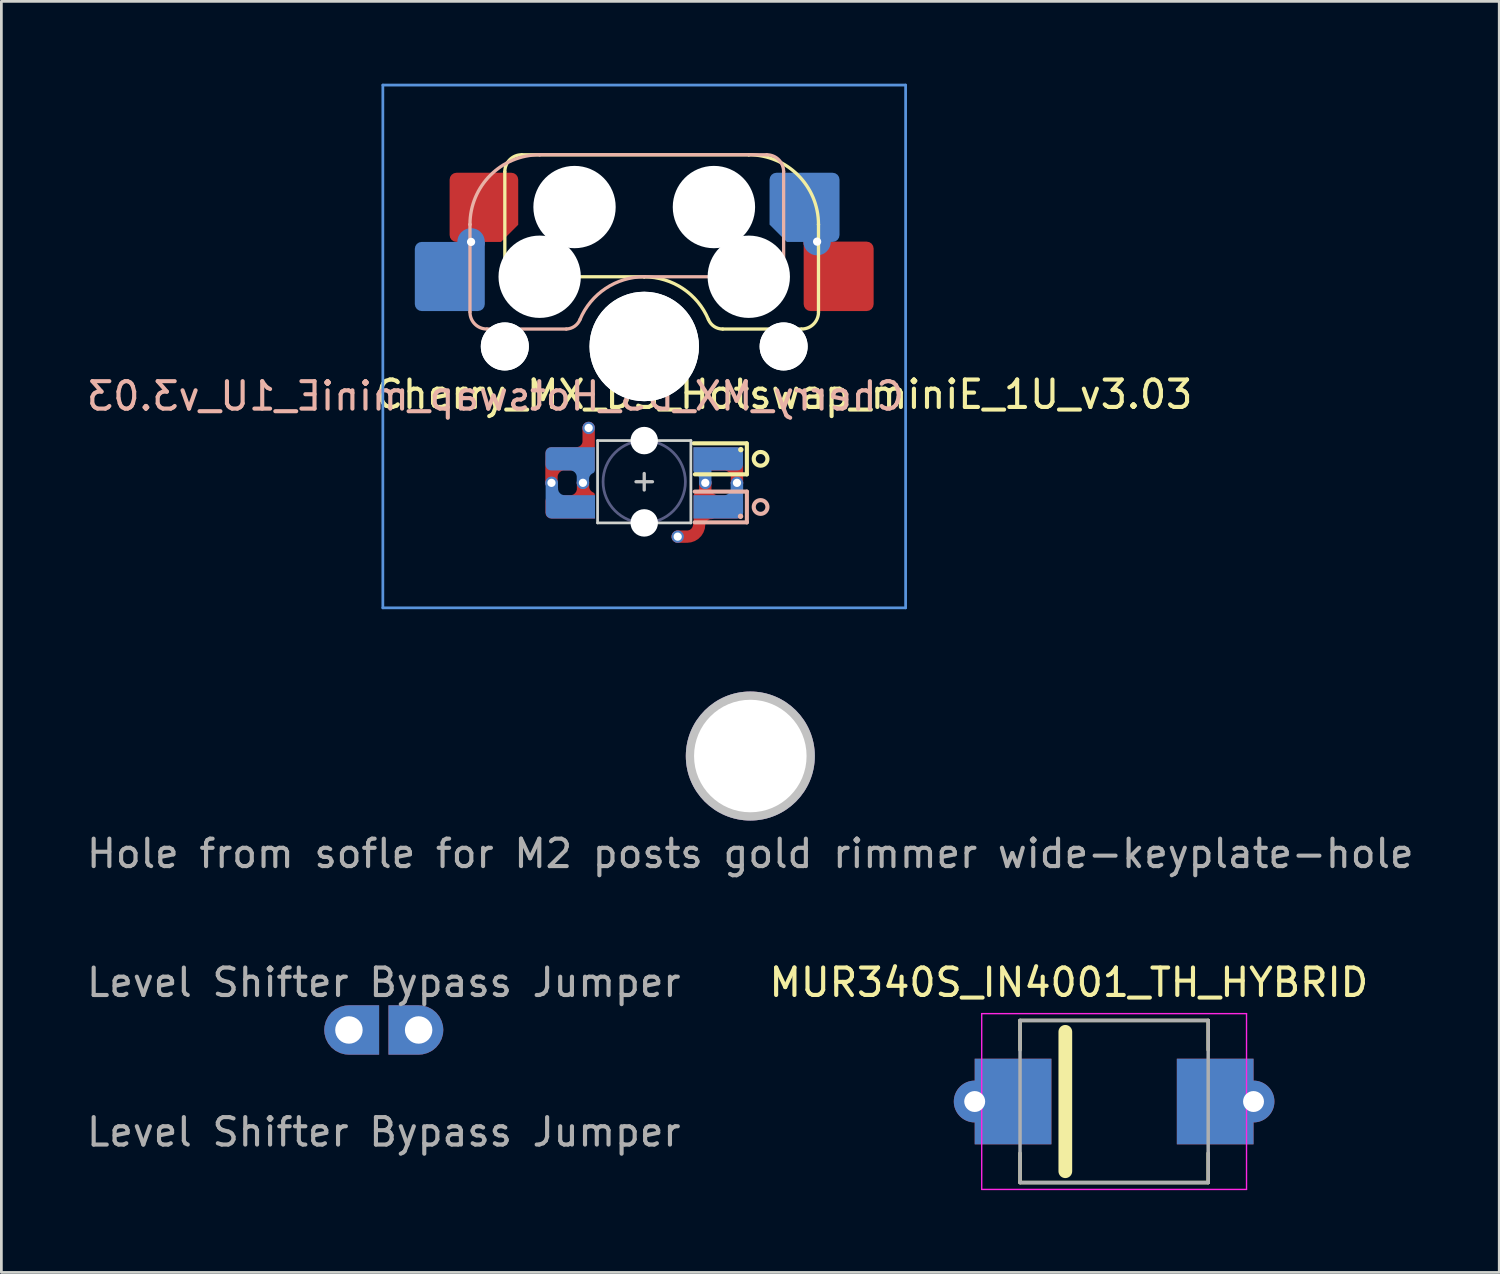
<source format=kicad_pcb>
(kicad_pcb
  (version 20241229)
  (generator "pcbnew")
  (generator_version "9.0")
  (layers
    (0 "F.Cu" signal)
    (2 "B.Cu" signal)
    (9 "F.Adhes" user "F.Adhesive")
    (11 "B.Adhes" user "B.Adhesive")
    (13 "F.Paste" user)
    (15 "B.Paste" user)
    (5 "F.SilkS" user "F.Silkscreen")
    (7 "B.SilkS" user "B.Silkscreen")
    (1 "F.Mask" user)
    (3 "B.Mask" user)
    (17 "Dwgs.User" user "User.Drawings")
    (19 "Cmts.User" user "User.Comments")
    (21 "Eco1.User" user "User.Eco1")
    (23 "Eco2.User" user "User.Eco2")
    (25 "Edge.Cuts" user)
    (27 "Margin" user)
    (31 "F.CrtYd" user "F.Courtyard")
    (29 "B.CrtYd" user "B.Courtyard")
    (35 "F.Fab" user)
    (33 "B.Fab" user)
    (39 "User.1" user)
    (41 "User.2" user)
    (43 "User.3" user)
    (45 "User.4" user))
  (footprint "MUR340S_IN4001_TH_HYBRID"
    (layer "F.Cu")
    (at 37.549 37.09)
    (property "Reference" "MUR340S_IN4001_TH_HYBRID" (at -1.65 -4.338 0) (layer "F.SilkS") (effects (font (size 1 1) (thickness 0.15))))
    (attr smd)
    (fp_line (start -3.428 -2.953) (end -3.428 -1.88) (stroke (width 0.127) (type solid)) (layer "F.SilkS"))
    (fp_line (start -3.428 2.953) (end -3.428 1.88) (stroke (width 0.127) (type solid)) (layer "F.SilkS"))
    (fp_line (start -3.428 2.953) (end 3.428 2.953) (stroke (width 0.127) (type solid)) (layer "F.SilkS"))
    (fp_line (start -1.778 -2.54) (end -1.778 2.54) (stroke (width 0.5) (type solid)) (layer "F.SilkS"))
    (fp_line (start 3.428 -2.953) (end -3.428 -2.953) (stroke (width 0.127) (type solid)) (layer "F.SilkS"))
    (fp_line (start 3.428 -1.88) (end 3.428 -2.953) (stroke (width 0.127) (type solid)) (layer "F.SilkS"))
    (fp_line (start 3.428 2.953) (end 3.428 1.88) (stroke (width 0.127) (type solid)) (layer "F.SilkS"))
    (fp_line (start -4.825 -3.203) (end -4.825 3.203) (stroke (width 0.05) (type solid)) (layer "F.CrtYd"))
    (fp_line (start -4.825 3.203) (end 4.825 3.203) (stroke (width 0.05) (type solid)) (layer "F.CrtYd"))
    (fp_line (start 4.825 -3.203) (end -4.825 -3.203) (stroke (width 0.05) (type solid)) (layer "F.CrtYd"))
    (fp_line (start 4.825 3.203) (end 4.825 -3.203) (stroke (width 0.05) (type solid)) (layer "F.CrtYd"))
    (fp_line (start -3.428 -2.953) (end -3.428 2.953) (stroke (width 0.127) (type solid)) (layer "F.Fab"))
    (fp_line (start -3.428 2.953) (end 3.428 2.953) (stroke (width 0.127) (type solid)) (layer "F.Fab"))
    (fp_line (start 3.428 -2.953) (end -3.428 -2.953) (stroke (width 0.127) (type solid)) (layer "F.Fab"))
    (fp_line (start 3.428 2.953) (end 3.428 -2.953) (stroke (width 0.127) (type solid)) (layer "F.Fab"))
    (fp_circle (center -5.25 0) (end -5.15 0) (stroke (width 0.2) (type solid)) (fill no) (layer "F.Fab"))
    (pad "A" smd rect (at 3.683 0) (size 2.795 3.12) (layers "F.Cu" "F.Mask" "F.Paste"))
    (pad "A" smd rect (at 3.683 0) (size 2.795 3.12) (layers "B.Cu" "B.Mask" "B.Paste"))
    (pad "A" thru_hole circle (at 5.08 0) (size 1.524 1.524) (drill 0.762) (layers "*.Cu" "*.Mask"))
    (pad "C" thru_hole circle (at -5.08 0) (size 1.524 1.524) (drill 0.762) (layers "*.Cu" "*.Mask"))
    (pad "C" smd rect (at -3.683 0) (size 2.795 3.12) (layers "F.Cu" "F.Mask" "F.Paste"))
    (pad "C" smd rect (at -3.683 0) (size 2.795 3.12) (layers "B.Cu" "B.Mask" "B.Paste")))
  (footprint "Hole from sofle for M2 posts gold rimmer wide-keyplate-hole"
    (layer "F.Cu")
    (at 24.292 24.5)
    (property "Reference" "Hole from sofle for M2 posts gold rimmer wide-keyplate-hole" (at 0 3.556 0) (unlocked yes) (layer "F.Fab") (effects (font (size 1 1) (thickness 0.15))))
    (attr through_hole exclude_from_pos_files exclude_from_bom)
    (fp_circle (center 0 0) (end 2.05 0) (stroke (width 0.1) (type default)) (fill no) (layer "User.4"))
    (fp_circle (center 0 0) (end 1.1 0) (stroke (width 0.1) (type default)) (fill no) (layer "User.7"))
    (fp_circle (center 0 0) (end 1.1 0) (stroke (width 0.1) (type default)) (fill no) (layer "User.9"))
    (pad "" thru_hole circle (at 0 0 90) (size 4.7 4.7) (drill 4.1) (layers "*.Cu" "*.Mask" "Dwgs.User")))
  (footprint "Level Shifter Bypass Jumper"
    (layer "F.Cu")
    (at 10.935 34.483)
    (property "Reference" "Level Shifter Bypass Jumper" (at 0 -1.73 0) (layer "F.Fab") (effects (font (size 1 1) (thickness 0.15))))
    (attr through_hole exclude_from_pos_files exclude_from_bom)
    (fp_text user "${REFERENCE}" (at 0 3.72 0) (unlocked yes) (layer "F.Fab") (effects (font (size 1 1) (thickness 0.15))))
    (pad "1" thru_hole roundrect (at -1.27 0) (size 2 1.8) (drill 1 (offset 0.1 0)) (layers "*.Cu" "*.Mask") (roundrect_rratio 0.5) (chamfer_ratio 0) (chamfer top_right bottom_right))
    (pad "2" thru_hole roundrect (at 1.27 0) (size 2 1.8) (drill 1 (offset -0.1 0)) (layers "*.Cu" "*.Mask") (roundrect_rratio 0.5) (chamfer_ratio 0) (chamfer top_left bottom_left)))
  (footprint "Cherry_MX_DS_Hotswap_miniE_1U_v3.03"
    (layer "F.Cu")
    (at 20.426 9.575)
    (property "Reference" "Cherry_MX_DS_Hotswap_miniE_1U_v3.03" (at -5.42 1.81 0) (layer "B.SilkS") (effects (font (size 1 1) (thickness 0.15)) (justify mirror)))
    (attr through_hole)
    (fp_line (start -5.08 -6.36) (end -5.08 -2.54) (stroke (width 0.12) (type solid)) (layer "F.SilkS"))
    (fp_line (start -5.08 -2.54) (end -5.08 -2.54) (stroke (width 0.12) (type solid)) (layer "F.SilkS"))
    (fp_line (start -5.08 -2.54) (end -5.08 -2.54) (stroke (width 0.12) (type solid)) (layer "F.SilkS"))
    (fp_line (start -4.46 -6.985) (end 3.81 -6.985) (stroke (width 0.12) (type solid)) (layer "F.SilkS"))
    (fp_line (start 0 -2.54) (end -5.08 -2.54) (stroke (width 0.12) (type solid)) (layer "F.SilkS"))
    (fp_line (start 0 -2.54) (end 0 -2.54) (stroke (width 0.12) (type solid)) (layer "F.SilkS"))
    (fp_line (start 1.8 3.53) (end 3.724 3.53) (stroke (width 0.15) (type solid)) (layer "F.SilkS"))
    (fp_line (start 2.86 -0.635) (end 5.72 -0.635) (stroke (width 0.12) (type solid)) (layer "F.SilkS"))
    (fp_line (start 3.74 3.53) (end 3.74 4.66) (stroke (width 0.15) (type solid)) (layer "F.SilkS"))
    (fp_line (start 3.74 4.66) (end 1.846 4.66) (stroke (width 0.15) (type solid)) (layer "F.SilkS"))
    (fp_line (start 3.81 -6.985) (end 3.81 -6.985) (stroke (width 0.12) (type solid)) (layer "F.SilkS"))
    (fp_line (start 6.35 -4.445) (end 6.35 -4.445) (stroke (width 0.12) (type solid)) (layer "F.SilkS"))
    (fp_line (start 6.35 -1.25) (end 6.35 -4.445) (stroke (width 0.12) (type solid)) (layer "F.SilkS"))
    (fp_arc (start -5.08 -6.37) (mid -4.899871 -6.804871) (end -4.465 -6.985) (stroke (width 0.12) (type default)) (layer "F.SilkS"))
    (fp_arc (start 0 -2.536928) (mid 1.405313 -2.11213) (end 2.34 -0.98) (stroke (width 0.12) (type solid)) (layer "F.SilkS"))
    (fp_arc (start 2.859999 -0.633863) (mid 2.547381 -0.727883) (end 2.34 -0.98) (stroke (width 0.12) (type default)) (layer "F.SilkS"))
    (fp_arc (start 3.81 -6.985) (mid 5.606051 -6.241051) (end 6.35 -4.445) (stroke (width 0.12) (type solid)) (layer "F.SilkS"))
    (fp_arc (start 6.350129 -1.25) (mid 6.169985 -0.815144) (end 5.735129 -0.635) (stroke (width 0.12) (type default)) (layer "F.SilkS"))
    (fp_circle (center 3.52 3.76) (end 3.62 3.76) (stroke (width 0) (type solid)) (fill yes) (layer "F.SilkS"))
    (fp_circle (center 4.24 4.095) (end 4.49 4.095) (stroke (width 0.15) (type default)) (fill no) (layer "F.SilkS"))
    (fp_line (start -6.35 -4.445) (end -6.35 -4.445) (stroke (width 0.12) (type solid)) (layer "B.SilkS"))
    (fp_line (start -6.35 -4.445) (end -6.35 -1.26) (stroke (width 0.12) (type solid)) (layer "B.SilkS"))
    (fp_line (start -5.73 -0.635) (end -2.84 -0.635) (stroke (width 0.12) (type solid)) (layer "B.SilkS"))
    (fp_line (start -3.81 -6.985) (end -3.81 -6.985) (stroke (width 0.12) (type solid)) (layer "B.SilkS"))
    (fp_line (start -3.81 -6.985) (end 4.46 -6.985) (stroke (width 0.12) (type solid)) (layer "B.SilkS"))
    (fp_line (start 0 -2.54) (end 0 -2.54) (stroke (width 0.12) (type solid)) (layer "B.SilkS"))
    (fp_line (start 0 -2.54) (end 5.08 -2.54) (stroke (width 0.12) (type solid)) (layer "B.SilkS"))
    (fp_line (start 3.74 5.29) (end 1.84 5.29) (stroke (width 0.15) (type solid)) (layer "B.SilkS"))
    (fp_line (start 3.74 5.29) (end 3.74 6.41) (stroke (width 0.15) (type solid)) (layer "B.SilkS"))
    (fp_line (start 3.74 6.41) (end 1.84 6.41) (stroke (width 0.15) (type solid)) (layer "B.SilkS"))
    (fp_line (start 5.08 -6.37) (end 5.08 -2.54) (stroke (width 0.12) (type solid)) (layer "B.SilkS"))
    (fp_line (start 5.08 -2.54) (end 5.08 -2.54) (stroke (width 0.12) (type solid)) (layer "B.SilkS"))
    (fp_line (start 5.08 -2.54) (end 5.08 -2.54) (stroke (width 0.12) (type solid)) (layer "B.SilkS"))
    (fp_arc (start -6.35 -4.445) (mid -5.606051 -6.241051) (end -3.81 -6.985) (stroke (width 0.12) (type solid)) (layer "B.SilkS"))
    (fp_arc (start -5.735 -0.635) (mid -6.169871 -0.815129) (end -6.35 -1.25) (stroke (width 0.12) (type default)) (layer "B.SilkS"))
    (fp_arc (start -2.34 -0.983072) (mid -1.405313 -2.115202) (end 0 -2.54) (stroke (width 0.12) (type solid)) (layer "B.SilkS"))
    (fp_arc (start -2.34 -0.980845) (mid -2.539137 -0.734326) (end -2.840072 -0.635) (stroke (width 0.12) (type default)) (layer "B.SilkS"))
    (fp_arc (start 4.465129 -6.985) (mid 4.899999 -6.80487) (end 5.080129 -6.37) (stroke (width 0.12) (type default)) (layer "B.SilkS"))
    (fp_circle (center 3.51 6.19) (end 3.41 6.19) (stroke (width 0) (type solid)) (fill yes) (layer "B.SilkS"))
    (fp_circle (center 4.24 5.85) (end 3.99 5.85) (stroke (width 0.15) (type default)) (fill no) (layer "B.SilkS"))
    (fp_line (start -0.3 4.93) (end 0.3 4.93) (stroke (width 0.12) (type solid)) (layer "Dwgs.User"))
    (fp_line (start 0 4.63) (end 0 5.23) (stroke (width 0.12) (type solid)) (layer "Dwgs.User"))
    (fp_line (start -9.525 -9.525) (end -9.525 9.525) (stroke (width 0.1) (type solid)) (layer "Cmts.User"))
    (fp_line (start 9.525 -9.525) (end -9.525 -9.525) (stroke (width 0.1) (type solid)) (layer "Cmts.User"))
    (fp_line (start 9.525 -9.525) (end 9.525 9.525) (stroke (width 0.1) (type solid)) (layer "Cmts.User"))
    (fp_line (start 9.525 9.525) (end -9.525 9.525) (stroke (width 0.1) (type solid)) (layer "Cmts.User"))
    (fp_line (start -1.7 6.43) (end -1.7 3.43) (stroke (width 0.1) (type solid)) (layer "Edge.Cuts"))
    (fp_line (start 1.7 3.43) (end -1.7 3.43) (stroke (width 0.1) (type solid)) (layer "Edge.Cuts"))
    (fp_line (start 1.7 3.43) (end 1.7 6.43) (stroke (width 0.1) (type solid)) (layer "Edge.Cuts"))
    (fp_line (start 1.7 6.43) (end -1.7 6.43) (stroke (width 0.1) (type solid)) (layer "Edge.Cuts"))
    (fp_circle (center 0 4.93) (end 0 6.43) (stroke (width 0.1) (type solid)) (fill no) (layer "B.Fab"))
    (fp_rect (start 7 -7) (end -7 7) (stroke (width 0.12) (type default)) (fill no) (layer "User.4"))
    (fp_text user "${REFERENCE}" (at 5.09 1.75 0) (layer "F.SilkS") (effects (font (size 1 1) (thickness 0.15))))
    (pad "" np_thru_hole circle (at -5.08 0) (size 1.75 1.75) (drill 1.75) (layers "*.Cu" "*.Mask"))
    (pad "" np_thru_hole circle (at -5.08 0) (size 1.75 1.75) (drill 1.75) (layers "*.Cu" "*.Mask"))
    (pad "" np_thru_hole circle (at -3.81 -2.54) (size 3 3) (drill 3) (layers "*.Cu" "*.Mask"))
    (pad "" smd roundrect (at -2.69 5.845 180) (size 1.82 0.85) (layers "F.Mask") (roundrect_rratio 0.25) (chamfer_ratio 0) (chamfer top_left bottom_left))
    (pad "" smd roundrect (at -2.69 4.095) (size 1.82 0.85) (layers "B.Mask") (roundrect_rratio 0.25) (chamfer_ratio 0) (chamfer top_right bottom_right))
    (pad "" smd roundrect (at -2.69 4.095 180) (size 1.82 0.84) (layers "F.Mask") (roundrect_rratio 0.25) (chamfer_ratio 0) (chamfer top_left bottom_left))
    (pad "" smd roundrect (at -2.685 5.855) (size 1.83 0.85) (layers "B.Mask") (roundrect_rratio 0.25) (chamfer_ratio 0) (chamfer top_right bottom_right))
    (pad "" np_thru_hole circle (at -2.54 -5.08) (size 3 3) (drill 3) (layers "*.Cu" "*.Mask"))
    (pad "" np_thru_hole circle (at 0 0) (size 3.988 3.988) (drill 3.988) (layers "*.Cu" "*.Mask"))
    (pad "" np_thru_hole circle (at 0 0) (size 3.988 3.988) (drill 3.988) (layers "*.Cu" "*.Mask"))
    (pad "" np_thru_hole circle (at 0 3.43) (size 1 1) (drill 1) (layers "*.Cu" "*.Mask"))
    (pad "" np_thru_hole circle (at 0 6.43) (size 1 1) (drill 1) (layers "*.Cu" "*.Mask"))
    (pad "" smd rect (at 2.47 5.85 180) (size 1.38 0.84) (layers "B.Mask"))
    (pad "" smd rect (at 2.47 4.09) (size 1.38 0.84) (layers "F.Mask"))
    (pad "" np_thru_hole circle (at 2.54 -5.08) (size 3 3) (drill 3) (layers "*.Cu" "*.Mask"))
    (pad "" smd roundrect (at 2.685 4.095 180) (size 1.83 0.85) (layers "B.Mask") (roundrect_rratio 0.25) (chamfer_ratio 0) (chamfer top_right bottom_right))
    (pad "" smd roundrect (at 2.69 5.84) (size 1.82 0.84) (layers "F.Mask") (roundrect_rratio 0.25) (chamfer_ratio 0) (chamfer top_left bottom_left))
    (pad "" smd roundrect (at 2.855 5.85 180) (size 1.49 0.84) (layers "B.Mask") (roundrect_rratio 0.25) (chamfer_ratio 0.5) (chamfer top_left))
    (pad "" smd roundrect (at 2.855 4.09) (size 1.49 0.84) (layers "F.Mask") (roundrect_rratio 0.25) (chamfer_ratio 0.5) (chamfer top_right))
    (pad "" np_thru_hole circle (at 3.81 -2.54) (size 3 3) (drill 3) (layers "*.Cu" "*.Mask"))
    (pad "" np_thru_hole circle (at 5.08 0) (size 1.75 1.75) (drill 1.75) (layers "*.Cu" "*.Mask"))
    (pad "" np_thru_hole circle (at 5.08 0) (size 1.75 1.75) (drill 1.75) (layers "*.Cu" "*.Mask"))
    (pad "1" smd custom (at -2.7 4.095 180) (size 0.85 0.85) (layers "B.Cu") (options (anchor circle)) (primitives (gr_arc (start 0 -0.225) (mid -0.311126 -0.353874) (end -0.44 -0.665) (width 0.4)) (gr_arc (start -0.588284 -0.744999) (mid -0.645593 -0.555573) (end -0.798298 -0.429684) (width 0.2)) (gr_line (start -0.466 -0.184) (end -0.466 -0.874) (width 0.45)) (gr_poly (pts (xy 0.9 -0.212) (xy 0.884 -0.294) (xy 0.838 -0.363) (xy 0.769 -0.409) (xy 0.688 -0.425) (xy -0.9 -0.425) (xy -0.9 0.425) (xy 0.688 0.425) (xy 0.769 0.409) (xy 0.838 0.363) (xy 0.884 0.294) (xy 0.9 0.212)) (width 0) (fill yes))))
    (pad "1" smd custom (at -2.7 5.845 180) (size 0.85 0.85) (layers "F.Cu") (options (anchor circle)) (primitives (gr_poly (pts (xy 0.9 -0.212) (xy 0.884 -0.294) (xy 0.838 -0.363) (xy 0.769 -0.409) (xy 0.688 -0.425) (xy -0.9 -0.425) (xy -0.9 0.425) (xy 0.688 0.425) (xy 0.769 0.409) (xy 0.838 0.363) (xy 0.884 0.294) (xy 0.9 0.212)) (width 0) (fill yes)) (gr_arc (start -0.445 0.665) (mid -0.316126 0.353874) (end -0.005 0.225) (width 0.4)) (gr_arc (start -0.802705 0.435002) (mid -0.650002 0.56089) (end -0.592691 0.750315) (width 0.2)) (gr_line (start -0.47 0.275) (end -0.47 0.875) (width 0.45))))
    (pad "1" thru_hole circle (at -2.234 4.969) (size 0.45 0.45) (drill 0.3) (layers "*.Cu"))
    (pad "2" thru_hole circle (at -3.38 4.97) (size 0.45 0.45) (drill 0.3) (layers "*.Cu"))
    (pad "2" smd custom (at -2.7 4.095) (size 0.85 0.85) (layers "F.Cu") (options (anchor circle)) (primitives (gr_poly (pts (xy 0.9 -0.425) (xy -0.688 -0.425) (xy -0.769 -0.409) (xy -0.838 -0.363) (xy -0.884 -0.294) (xy -0.9 -0.212) (xy -0.9 0.212) (xy -0.884 0.294) (xy -0.838 0.363) (xy -0.769 0.409) (xy -0.688 0.425) (xy 0.9 0.425)) (width 0) (fill yes)) (gr_line (start 0.675 -0.225) (end 0.675 -1.125) (width 0.45)) (gr_arc (start 0.675 -0.645) (mid 0.546126 -0.333874) (end 0.235 -0.205) (width 0.45)) (gr_line (start -0.68 0.075) (end -0.68 0.875) (width 0.45)) (gr_arc (start -0.655 0.665) (mid -0.526126 0.353874) (end -0.215 0.225) (width 0.4))))
    (pad "2" smd custom (at -2.693 5.845) (size 0.85 0.85) (layers "B.Cu") (options (anchor circle)) (primitives (gr_arc (start -0.205874 -0.226126) (mid -0.517 -0.355) (end -0.645874 -0.666126) (width 0.4)) (gr_line (start -0.675 -0.135) (end -0.675 -0.875) (width 0.45)) (gr_poly (pts (xy 0.9 -0.425) (xy -0.9 -0.425) (xy -0.9 0.212) (xy -0.884 0.294) (xy -0.838 0.363) (xy -0.769 0.409) (xy -0.688 0.425) (xy 0.9 0.425)) (width 0) (fill yes))))
    (pad "2" thru_hole circle (at -2.025 2.97) (size 0.45 0.45) (drill 0.3) (layers "*.Cu"))
    (pad "3" smd custom (at 2.7 4.1) (size 0.85 0.85) (layers "F.Cu") (options (anchor circle)) (primitives (gr_arc (start 0.215 0.225) (mid 0.526126 0.353874) (end 0.655 0.665) (width 0.4)) (gr_line (start 0.68 0.875) (end 0.68 0.275) (width 0.45)) (gr_poly (pts (xy -0.9 -0.425) (xy 0.688 -0.425) (xy 0.769 -0.409) (xy 0.838 -0.363) (xy 0.884 -0.294) (xy 0.9 -0.212) (xy 0.9 0.212) (xy 0.884 0.294) (xy 0.838 0.363) (xy 0.769 0.409) (xy 0.688 0.425) (xy -0.9 0.425)) (width 0) (fill yes))))
    (pad "3" smd custom (at 2.705 5.845) (size 0.85 0.85) (layers "B.Cu") (options (anchor circle)) (primitives (gr_arc (start 0.645 -0.665) (mid 0.516126 -0.353874) (end 0.205 -0.225) (width 0.4)) (gr_poly (pts (xy 0.494 -0.354) (xy 0.85 -0.354) (xy 0.85 -0.887) (xy 0.494 -0.887)) (width 0.1) (fill yes)) (gr_poly (pts (xy 0.9 -0.425) (xy -0.91 -0.425) (xy -0.91 0.425) (xy 0.688 0.425) (xy 0.769 0.409) (xy 0.838 0.363) (xy 0.884 0.294) (xy 0.9 0.212)) (width 0) (fill yes))))
    (pad "3" thru_hole circle (at 3.38 4.97) (size 0.45 0.45) (drill 0.3) (layers "*.Cu"))
    (pad "4" thru_hole circle (at 1.22 6.93 180) (size 0.45 0.45) (drill 0.3) (layers "*.Cu"))
    (pad "4" thru_hole circle (at 2.225 4.97) (size 0.45 0.45) (drill 0.3) (layers "*.Cu"))
    (pad "4" smd custom (at 2.7 4.095 180) (size 0.85 0.85) (layers "B.Cu") (options (anchor circle)) (primitives (gr_line (start 0.475 -0.235) (end 0.475 -0.875) (width 0.45)) (gr_arc (start 0.81 -0.425001) (mid 0.657302 -0.550891) (end 0.600001 -0.740315) (width 0.2)) (gr_poly (pts (xy 0.91 -0.425) (xy -0.688 -0.425) (xy -0.769 -0.409) (xy -0.838 -0.363) (xy -0.884 -0.294) (xy -0.9 -0.212) (xy -0.9 0.212) (xy -0.884 0.294) (xy -0.838 0.363) (xy -0.769 0.409) (xy -0.688 0.425) (xy 0.91 0.425)) (width 0) (fill yes))))
    (pad "4" smd custom (at 2.7 5.845 180) (size 0.85 0.85) (layers "F.Cu") (options (anchor circle)) (primitives (gr_poly (pts (xy 0.9 -0.425) (xy -0.688 -0.425) (xy -0.769 -0.409) (xy -0.838 -0.363) (xy -0.884 -0.294) (xy -0.9 -0.212) (xy -0.9 0.212) (xy -0.884 0.294) (xy -0.838 0.363) (xy -0.769 0.409) (xy -0.688 0.425) (xy 0.9 0.425)) (width 0) (fill yes)) (gr_arc (start 0.01 0.225) (mid 0.321126 0.353874) (end 0.45 0.665) (width 0.4)) (gr_arc (start 0.589986 0.730315) (mid 0.647297 0.540891) (end 0.800002 0.415004) (width 0.2)) (gr_line (start 0.475 0.275) (end 0.475 0.875) (width 0.45)) (gr_arc (start 0.7 -0.645) (mid 0.828874 -0.956126) (end 1.14 -1.085) (width 0.45)) (gr_line (start 1.48 -1.085) (end 1.18 -1.085) (width 0.45)) (gr_line (start 0.7 -0.165) (end 0.7 -0.645) (width 0.4)) (gr_arc (start 0.7 -0.666126) (mid 0.571126 -0.355) (end 0.26 -0.226126) (width 0.45))))
    (pad "5" smd roundrect (at 5.842 -5.07) (size 2.55 2.52) (layers "B.Cu" "B.Mask" "B.Paste") (roundrect_rratio 0.1) (chamfer_ratio 0.25) (chamfer bottom_left))
    (pad "5" thru_hole circle (at 6.3 -3.82) (size 1 1) (drill 0.3) (layers "*.Cu"))
    (pad "5" smd roundrect (at 7.085 -2.555) (size 2.55 2.53) (layers "F.Cu" "F.Mask" "F.Paste") (roundrect_rratio 0.1) (chamfer_ratio 0) (chamfer top_left))
    (pad "6" smd roundrect (at -7.085 -2.55) (size 2.55 2.52) (layers "B.Cu" "B.Mask" "B.Paste") (roundrect_rratio 0.1) (chamfer_ratio 0) (chamfer top_right))
    (pad "6" thru_hole circle (at -6.31 -3.81) (size 1 1) (drill 0.3) (layers "*.Cu"))
    (pad "6" smd roundrect (at -5.842 -5.07) (size 2.5 2.52) (layers "F.Cu" "F.Mask" "F.Paste") (roundrect_rratio 0.1) (chamfer_ratio 0.25) (chamfer bottom_right)))
  (gr_rect
    (start -3 -3)
    (end 51.583 43.318)
    (stroke (width 0.1) (type default))
    (fill no)
    (layer "Edge.Cuts")))
</source>
